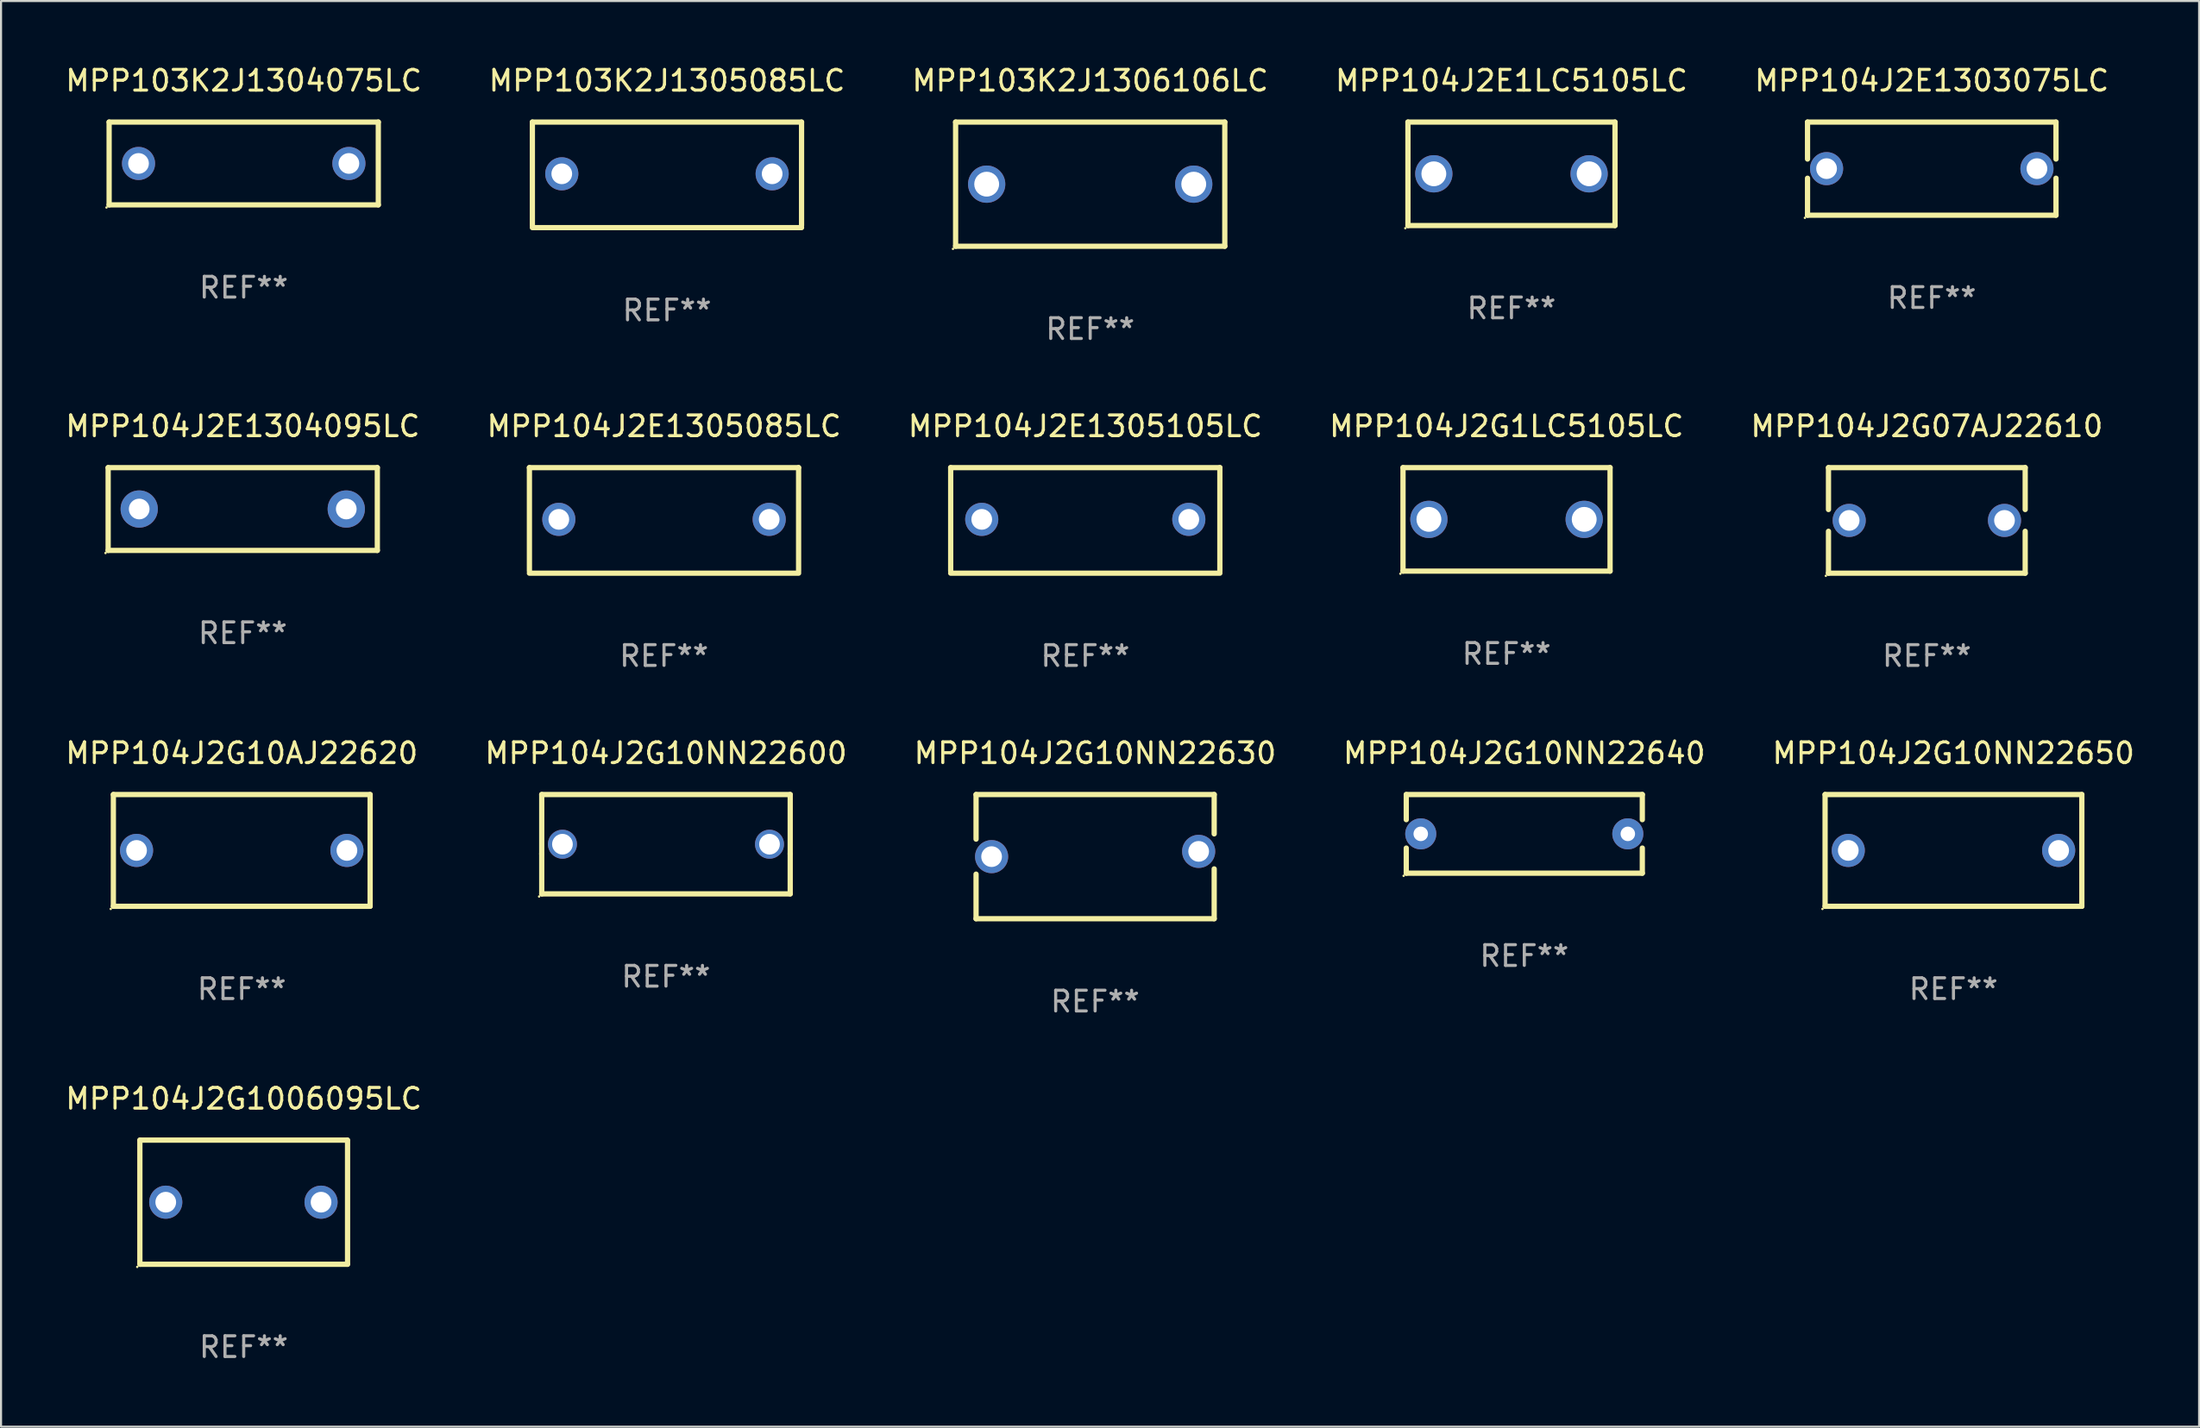
<source format=kicad_pcb>
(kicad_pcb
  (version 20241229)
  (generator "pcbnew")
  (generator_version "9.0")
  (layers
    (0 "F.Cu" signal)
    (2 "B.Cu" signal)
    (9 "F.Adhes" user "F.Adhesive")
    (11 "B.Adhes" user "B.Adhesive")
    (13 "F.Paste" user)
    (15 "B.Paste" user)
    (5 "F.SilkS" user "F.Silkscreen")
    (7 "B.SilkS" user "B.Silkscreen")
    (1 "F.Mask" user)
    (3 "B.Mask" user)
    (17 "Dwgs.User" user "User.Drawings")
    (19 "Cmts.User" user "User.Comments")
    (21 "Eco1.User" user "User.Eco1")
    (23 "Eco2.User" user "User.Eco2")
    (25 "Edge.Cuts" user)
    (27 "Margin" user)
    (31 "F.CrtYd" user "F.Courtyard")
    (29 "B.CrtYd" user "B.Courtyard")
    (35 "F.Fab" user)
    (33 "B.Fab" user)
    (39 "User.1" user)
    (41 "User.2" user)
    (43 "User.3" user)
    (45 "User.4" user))
  (footprint "MPP104J2G10AJ22620"
    (layer "F.Cu")
    (at 8.625 38.041)
    (property "Reference" "MPP104J2G10AJ22620" (at 0 -4.7 0) (layer "F.SilkS") (effects (font (size 1 1) (thickness 0.15))))
    (attr through_hole)
    (fp_line (start -6.2 -2.7) (end 6.2 -2.7) (stroke (width 0.254) (type solid)) (layer "F.SilkS"))
    (fp_line (start -6.2 2.7) (end -6.2 -2.7) (stroke (width 0.254) (type solid)) (layer "F.SilkS"))
    (fp_line (start 6.2 -2.7) (end 6.2 2.7) (stroke (width 0.254) (type solid)) (layer "F.SilkS"))
    (fp_line (start 6.2 2.7) (end -6.2 2.7) (stroke (width 0.254) (type solid)) (layer "F.SilkS"))
    (fp_circle (center -6.327 2.827) (end -6.297 2.827) (stroke (width 0.06) (type solid)) (fill no) (layer "F.SilkS"))
    (fp_text user "REF**" (at 0 6.7 0) (layer "F.Fab") (effects (font (size 1 1) (thickness 0.15))))
    (pad "1" thru_hole circle (at -5.08 0) (size 1.6 1.6) (drill 1) (layers "*.Cu" "*.Mask"))
    (pad "2" thru_hole circle (at 5.08 0) (size 1.6 1.6) (drill 1) (layers "*.Cu" "*.Mask")))
  (footprint "MPP103K2J1306106LC"
    (layer "F.Cu")
    (at 49.601 5.848)
    (property "Reference" "MPP103K2J1306106LC" (at 0 -5 0) (layer "F.SilkS") (effects (font (size 1 1) (thickness 0.15))))
    (attr through_hole)
    (fp_line (start -6.5 -3) (end 6.5 -3) (stroke (width 0.254) (type solid)) (layer "F.SilkS"))
    (fp_line (start -6.5 3) (end -6.5 -3) (stroke (width 0.254) (type solid)) (layer "F.SilkS"))
    (fp_line (start -6.5 3) (end 6.5 3) (stroke (width 0.254) (type solid)) (layer "F.SilkS"))
    (fp_line (start 6.5 -3) (end 6.5 3) (stroke (width 0.254) (type solid)) (layer "F.SilkS"))
    (fp_circle (center -6.627 3.127) (end -6.597 3.127) (stroke (width 0.06) (type solid)) (fill no) (layer "F.SilkS"))
    (fp_text user "REF**" (at 0 7 0) (layer "F.Fab") (effects (font (size 1 1) (thickness 0.15))))
    (pad "1" thru_hole circle (at -5 0) (size 1.8 1.8) (drill 1.2) (layers "*.Cu" "*.Mask"))
    (pad "2" thru_hole circle (at 5 0) (size 1.8 1.8) (drill 1.2) (layers "*.Cu" "*.Mask")))
  (footprint "MPP103K2J1305085LC"
    (layer "F.Cu")
    (at 29.161 5.398)
    (property "Reference" "MPP103K2J1305085LC" (at 0 -4.55 0) (layer "F.SilkS") (effects (font (size 1 1) (thickness 0.15))))
    (attr through_hole)
    (fp_line (start -6.5 -2.55) (end 6.5 -2.55) (stroke (width 0.254) (type solid)) (layer "F.SilkS"))
    (fp_line (start -6.5 2.45) (end -6.5 -2.55) (stroke (width 0.254) (type solid)) (layer "F.SilkS"))
    (fp_line (start 6.5 -2.55) (end 6.5 2.45) (stroke (width 0.254) (type solid)) (layer "F.SilkS"))
    (fp_line (start 6.5 2.55) (end -6.5 2.55) (stroke (width 0.254) (type solid)) (layer "F.SilkS"))
    (fp_circle (center -6.5 2.45) (end -6.47 2.45) (stroke (width 0.06) (type solid)) (fill no) (layer "F.SilkS"))
    (fp_text user "REF**" (at 0 6.55 0) (layer "F.Fab") (effects (font (size 1 1) (thickness 0.15))))
    (pad "1" thru_hole circle (at -5.08 -0.05) (size 1.6 1.6) (drill 1) (layers "*.Cu" "*.Mask"))
    (pad "2" thru_hole circle (at 5.08 -0.05) (size 1.6 1.6) (drill 1) (layers "*.Cu" "*.Mask")))
  (footprint "MPP104J2E1305085LC"
    (layer "F.Cu")
    (at 29.018 22.095)
    (property "Reference" "MPP104J2E1305085LC" (at 0 -4.55 0) (layer "F.SilkS") (effects (font (size 1 1) (thickness 0.15))))
    (attr through_hole)
    (fp_line (start -6.5 -2.55) (end 6.5 -2.55) (stroke (width 0.254) (type solid)) (layer "F.SilkS"))
    (fp_line (start -6.5 2.45) (end -6.5 -2.55) (stroke (width 0.254) (type solid)) (layer "F.SilkS"))
    (fp_line (start 6.5 -2.55) (end 6.5 2.45) (stroke (width 0.254) (type solid)) (layer "F.SilkS"))
    (fp_line (start 6.5 2.55) (end -6.5 2.55) (stroke (width 0.254) (type solid)) (layer "F.SilkS"))
    (fp_circle (center -6.5 2.45) (end -6.47 2.45) (stroke (width 0.06) (type solid)) (fill no) (layer "F.SilkS"))
    (fp_text user "REF**" (at 0 6.55 0) (layer "F.Fab") (effects (font (size 1 1) (thickness 0.15))))
    (pad "1" thru_hole circle (at -5.08 -0.05) (size 1.6 1.6) (drill 1) (layers "*.Cu" "*.Mask"))
    (pad "2" thru_hole circle (at 5.08 -0.05) (size 1.6 1.6) (drill 1) (layers "*.Cu" "*.Mask")))
  (footprint "MPP104J2G10NN22600"
    (layer "F.Cu")
    (at 29.113 37.741)
    (property "Reference" "MPP104J2G10NN22600" (at 0 -4.4 0) (layer "F.SilkS") (effects (font (size 1 1) (thickness 0.15))))
    (attr through_hole)
    (fp_line (start -6 -2.4) (end 6 -2.4) (stroke (width 0.254) (type solid)) (layer "F.SilkS"))
    (fp_line (start -6 0.463) (end -6 -2.4) (stroke (width 0.254) (type solid)) (layer "F.SilkS"))
    (fp_line (start -6 2.4) (end -6 0.463) (stroke (width 0.254) (type solid)) (layer "F.SilkS"))
    (fp_line (start 6 -2.4) (end 6 0.463) (stroke (width 0.254) (type solid)) (layer "F.SilkS"))
    (fp_line (start 6 0.463) (end 6 2.4) (stroke (width 0.254) (type solid)) (layer "F.SilkS"))
    (fp_line (start 6 2.4) (end -6 2.4) (stroke (width 0.254) (type solid)) (layer "F.SilkS"))
    (fp_circle (center -6.127 2.527) (end -6.097 2.527) (stroke (width 0.06) (type solid)) (fill no) (layer "F.SilkS"))
    (fp_text user "REF**" (at 0 6.4 0) (layer "F.Fab") (effects (font (size 1 1) (thickness 0.15))))
    (pad "1" thru_hole circle (at -5 0) (size 1.4 1.4) (drill 1) (layers "*.Cu" "*.Mask"))
    (pad "2" thru_hole circle (at 5 0) (size 1.4 1.4) (drill 1) (layers "*.Cu" "*.Mask")))
  (footprint "MPP104J2G10NN22630"
    (layer "F.Cu")
    (at 49.839 38.341)
    (property "Reference" "MPP104J2G10NN22630" (at 0 -5 0) (layer "F.SilkS") (effects (font (size 1 1) (thickness 0.15))))
    (attr through_hole)
    (fp_line (start -5.75 -3) (end -5.75 -0.846) (stroke (width 0.254) (type solid)) (layer "F.SilkS"))
    (fp_line (start -5.75 -3) (end 5.75 -3) (stroke (width 0.254) (type solid)) (layer "F.SilkS"))
    (fp_line (start -5.75 0.846) (end -5.75 3) (stroke (width 0.254) (type solid)) (layer "F.SilkS"))
    (fp_line (start -5.75 3) (end 5.75 3) (stroke (width 0.254) (type solid)) (layer "F.SilkS"))
    (fp_line (start 5.75 -3) (end 5.75 -1.1) (stroke (width 0.254) (type solid)) (layer "F.SilkS"))
    (fp_line (start 5.75 0.592) (end 5.75 3) (stroke (width 0.254) (type solid)) (layer "F.SilkS"))
    (fp_circle (center -5.75 2.873) (end -5.72 2.873) (stroke (width 0.06) (type solid)) (fill no) (layer "F.SilkS"))
    (fp_text user "REF**" (at 0 7 0) (layer "F.Fab") (effects (font (size 1 1) (thickness 0.15))))
    (pad "1" thru_hole circle (at -5 0) (size 1.6 1.6) (drill 1) (layers "*.Cu" "*.Mask"))
    (pad "2" thru_hole circle (at 5 -0.254) (size 1.6 1.6) (drill 1) (layers "*.Cu" "*.Mask")))
  (footprint "MPP104J2E1305105LC"
    (layer "F.Cu")
    (at 49.363 22.095)
    (property "Reference" "MPP104J2E1305105LC" (at 0 -4.55 0) (layer "F.SilkS") (effects (font (size 1 1) (thickness 0.15))))
    (attr through_hole)
    (fp_line (start -6.5 -2.55) (end 6.5 -2.55) (stroke (width 0.254) (type solid)) (layer "F.SilkS"))
    (fp_line (start -6.5 2.45) (end -6.5 -2.55) (stroke (width 0.254) (type solid)) (layer "F.SilkS"))
    (fp_line (start 6.5 -2.55) (end 6.5 2.45) (stroke (width 0.254) (type solid)) (layer "F.SilkS"))
    (fp_line (start 6.5 2.55) (end -6.5 2.55) (stroke (width 0.254) (type solid)) (layer "F.SilkS"))
    (fp_circle (center -6.5 2.45) (end -6.47 2.45) (stroke (width 0.06) (type solid)) (fill no) (layer "F.SilkS"))
    (fp_text user "REF**" (at 0 6.55 0) (layer "F.Fab") (effects (font (size 1 1) (thickness 0.15))))
    (pad "1" thru_hole circle (at -5 -0.05) (size 1.6 1.6) (drill 1) (layers "*.Cu" "*.Mask"))
    (pad "2" thru_hole circle (at 5 -0.05) (size 1.6 1.6) (drill 1) (layers "*.Cu" "*.Mask")))
  (footprint "MPP104J2G10NN22650"
    (layer "F.Cu")
    (at 91.292 38.041)
    (property "Reference" "MPP104J2G10NN22650" (at 0 -4.7 0) (layer "F.SilkS") (effects (font (size 1 1) (thickness 0.15))))
    (attr through_hole)
    (fp_line (start -6.2 -2.7) (end 6.2 -2.7) (stroke (width 0.254) (type solid)) (layer "F.SilkS"))
    (fp_line (start -6.2 2.7) (end -6.2 -2.7) (stroke (width 0.254) (type solid)) (layer "F.SilkS"))
    (fp_line (start 6.2 -2.7) (end 6.2 2.7) (stroke (width 0.254) (type solid)) (layer "F.SilkS"))
    (fp_line (start 6.2 2.7) (end -6.2 2.7) (stroke (width 0.254) (type solid)) (layer "F.SilkS"))
    (fp_circle (center -6.327 2.827) (end -6.297 2.827) (stroke (width 0.06) (type solid)) (fill no) (layer "F.SilkS"))
    (fp_text user "REF**" (at 0 6.7 0) (layer "F.Fab") (effects (font (size 1 1) (thickness 0.15))))
    (pad "1" thru_hole circle (at -5.08 0) (size 1.6 1.6) (drill 1) (layers "*.Cu" "*.Mask"))
    (pad "2" thru_hole circle (at 5.08 0) (size 1.6 1.6) (drill 1) (layers "*.Cu" "*.Mask")))
  (footprint "MPP104J2E1303075LC"
    (layer "F.Cu")
    (at 90.244 5.098)
    (property "Reference" "MPP104J2E1303075LC" (at 0 -4.25 0) (layer "F.SilkS") (effects (font (size 1 1) (thickness 0.15))))
    (attr through_hole)
    (fp_line (start -6 -2.25) (end -6 -0.463) (stroke (width 0.254) (type solid)) (layer "F.SilkS"))
    (fp_line (start -6 -2.25) (end 6 -2.25) (stroke (width 0.254) (type solid)) (layer "F.SilkS"))
    (fp_line (start -6 0.463) (end -6 2.25) (stroke (width 0.254) (type solid)) (layer "F.SilkS"))
    (fp_line (start 6 -2.25) (end 6 -0.463) (stroke (width 0.254) (type solid)) (layer "F.SilkS"))
    (fp_line (start 6 0.463) (end 6 2.25) (stroke (width 0.254) (type solid)) (layer "F.SilkS"))
    (fp_line (start 6 2.25) (end -6 2.25) (stroke (width 0.254) (type solid)) (layer "F.SilkS"))
    (fp_circle (center -6.127 2.377) (end -6.097 2.377) (stroke (width 0.06) (type solid)) (fill no) (layer "F.SilkS"))
    (fp_text user "REF**" (at 0 6.25 0) (layer "F.Fab") (effects (font (size 1 1) (thickness 0.15))))
    (pad "1" thru_hole circle (at -5.08 0) (size 1.6 1.6) (drill 1) (layers "*.Cu" "*.Mask"))
    (pad "2" thru_hole circle (at 5.08 0) (size 1.6 1.6) (drill 1) (layers "*.Cu" "*.Mask")))
  (footprint "MPP104J2E1304095LC"
    (layer "F.Cu")
    (at 8.673 21.545)
    (property "Reference" "MPP104J2E1304095LC" (at 0 -4 0) (layer "F.SilkS") (effects (font (size 1 1) (thickness 0.15))))
    (attr through_hole)
    (fp_line (start -6.5 -2) (end 6.5 -2) (stroke (width 0.254) (type solid)) (layer "F.SilkS"))
    (fp_line (start -6.5 2) (end -6.5 -2) (stroke (width 0.254) (type solid)) (layer "F.SilkS"))
    (fp_line (start 6.5 -2) (end 6.5 2) (stroke (width 0.254) (type solid)) (layer "F.SilkS"))
    (fp_line (start 6.5 2) (end -6.5 2) (stroke (width 0.254) (type solid)) (layer "F.SilkS"))
    (fp_circle (center -6.627 2.127) (end -6.597 2.127) (stroke (width 0.06) (type solid)) (fill no) (layer "F.SilkS"))
    (fp_text user "REF**" (at 0 6 0) (layer "F.Fab") (effects (font (size 1 1) (thickness 0.15))))
    (pad "1" thru_hole circle (at -5 0) (size 1.8 1.8) (drill 1) (layers "*.Cu" "*.Mask"))
    (pad "2" thru_hole circle (at 5 0) (size 1.8 1.8) (drill 1) (layers "*.Cu" "*.Mask")))
  (footprint "MPP104J2G10NN22640"
    (layer "F.Cu")
    (at 70.565 37.241)
    (property "Reference" "MPP104J2G10NN22640" (at 0 -3.9 0) (layer "F.SilkS") (effects (font (size 1 1) (thickness 0.15))))
    (attr through_hole)
    (fp_line (start -5.7 -1.9) (end -5.7 -0.686) (stroke (width 0.254) (type solid)) (layer "F.SilkS"))
    (fp_line (start -5.7 -1.9) (end 5.7 -1.9) (stroke (width 0.254) (type solid)) (layer "F.SilkS"))
    (fp_line (start -5.7 0.686) (end -5.7 1.9) (stroke (width 0.254) (type solid)) (layer "F.SilkS"))
    (fp_line (start -5.7 1.9) (end 5.7 1.9) (stroke (width 0.254) (type solid)) (layer "F.SilkS"))
    (fp_line (start 5.7 -1.9) (end 5.7 -0.686) (stroke (width 0.254) (type solid)) (layer "F.SilkS"))
    (fp_line (start 5.7 0.686) (end 5.7 1.9) (stroke (width 0.254) (type solid)) (layer "F.SilkS"))
    (fp_circle (center -5.827 2.027) (end -5.797 2.027) (stroke (width 0.06) (type solid)) (fill no) (layer "F.SilkS"))
    (fp_text user "REF**" (at 0 5.9 0) (layer "F.Fab") (effects (font (size 1 1) (thickness 0.15))))
    (pad "1" thru_hole circle (at -5 0) (size 1.5 1.5) (drill 0.7) (layers "*.Cu" "*.Mask"))
    (pad "2" thru_hole circle (at 5 0) (size 1.5 1.5) (drill 0.7) (layers "*.Cu" "*.Mask")))
  (footprint "MPP104J2G1006095LC"
    (layer "F.Cu")
    (at 8.72 55.038)
    (property "Reference" "MPP104J2G1006095LC" (at 0 -5 0) (layer "F.SilkS") (effects (font (size 1 1) (thickness 0.15))))
    (attr through_hole)
    (fp_line (start -5.015 3) (end -5.015 -3) (stroke (width 0.254) (type solid)) (layer "F.SilkS"))
    (fp_line (start -5.005 -3) (end 4.995 -3) (stroke (width 0.254) (type solid)) (layer "F.SilkS"))
    (fp_line (start 5.005 3) (end -4.995 3) (stroke (width 0.254) (type solid)) (layer "F.SilkS"))
    (fp_line (start 5.015 -3) (end 5.015 3) (stroke (width 0.254) (type solid)) (layer "F.SilkS"))
    (fp_circle (center -5.142 3.127) (end -5.112 3.127) (stroke (width 0.06) (type solid)) (fill no) (layer "F.SilkS"))
    (fp_text user "REF**" (at 0 7 0) (layer "F.Fab") (effects (font (size 1 1) (thickness 0.15))))
    (pad "1" thru_hole circle (at -3.765 0) (size 1.6 1.6) (drill 1) (layers "*.Cu" "*.Mask"))
    (pad "2" thru_hole circle (at 3.735 0) (size 1.6 1.6) (drill 1) (layers "*.Cu" "*.Mask")))
  (footprint "MPP104J2G1LC5105LC"
    (layer "F.Cu")
    (at 69.708 22.045)
    (property "Reference" "MPP104J2G1LC5105LC" (at 0 -4.5 0) (layer "F.SilkS") (effects (font (size 1 1) (thickness 0.15))))
    (attr through_hole)
    (fp_line (start -5 -2.5) (end 5 -2.5) (stroke (width 0.254) (type solid)) (layer "F.SilkS"))
    (fp_line (start -5 2.5) (end -5 -2.5) (stroke (width 0.254) (type solid)) (layer "F.SilkS"))
    (fp_line (start 5 -2.5) (end 5 2.5) (stroke (width 0.254) (type solid)) (layer "F.SilkS"))
    (fp_line (start 5 2.5) (end -5 2.5) (stroke (width 0.254) (type solid)) (layer "F.SilkS"))
    (fp_circle (center -5.127 2.627) (end -5.097 2.627) (stroke (width 0.06) (type solid)) (fill no) (layer "F.SilkS"))
    (fp_text user "REF**" (at 0 6.5 0) (layer "F.Fab") (effects (font (size 1 1) (thickness 0.15))))
    (pad "1" thru_hole circle (at -3.75 0) (size 1.8 1.8) (drill 1.2) (layers "*.Cu" "*.Mask"))
    (pad "2" thru_hole circle (at 3.75 0) (size 1.8 1.8) (drill 1.2) (layers "*.Cu" "*.Mask")))
  (footprint "MPP104J2G07AJ22610"
    (layer "F.Cu")
    (at 90.006 22.095)
    (property "Reference" "MPP104J2G07AJ22610" (at 0 -4.55 0) (layer "F.SilkS") (effects (font (size 1 1) (thickness 0.15))))
    (attr through_hole)
    (fp_line (start -4.75 -2.55) (end -4.75 -0.526) (stroke (width 0.254) (type solid)) (layer "F.SilkS"))
    (fp_line (start -4.75 -2.55) (end 4.75 -2.55) (stroke (width 0.254) (type solid)) (layer "F.SilkS"))
    (fp_line (start -4.75 0.526) (end -4.75 2.55) (stroke (width 0.254) (type solid)) (layer "F.SilkS"))
    (fp_line (start 4.75 2.55) (end -4.75 2.55) (stroke (width 0.254) (type solid)) (layer "F.SilkS"))
    (fp_line (start 4.75 -2.55) (end 4.75 -0.526) (stroke (width 0.254) (type solid)) (layer "F.SilkS"))
    (fp_line (start 4.75 0.526) (end 4.75 2.55) (stroke (width 0.254) (type solid)) (layer "F.SilkS"))
    (fp_circle (center -4.877 2.677) (end -4.847 2.677) (stroke (width 0.06) (type solid)) (fill no) (layer "F.SilkS"))
    (fp_text user "REF**" (at 0 6.55 0) (layer "F.Fab") (effects (font (size 1 1) (thickness 0.15))))
    (pad "1" thru_hole circle (at -3.75 0) (size 1.6 1.6) (drill 1) (layers "*.Cu" "*.Mask"))
    (pad "2" thru_hole circle (at 3.75 0) (size 1.6 1.6) (drill 1) (layers "*.Cu" "*.Mask")))
  (footprint "MPP103K2J1304075LC"
    (layer "F.Cu")
    (at 8.72 4.848)
    (property "Reference" "MPP103K2J1304075LC" (at 0 -4 0) (layer "F.SilkS") (effects (font (size 1 1) (thickness 0.15))))
    (attr through_hole)
    (fp_line (start -6.5 -2) (end 6.5 -2) (stroke (width 0.254) (type solid)) (layer "F.SilkS"))
    (fp_line (start -6.5 2) (end -6.5 -2) (stroke (width 0.254) (type solid)) (layer "F.SilkS"))
    (fp_line (start 6.5 -2) (end 6.5 2) (stroke (width 0.254) (type solid)) (layer "F.SilkS"))
    (fp_line (start 6.5 2) (end -6.5 2) (stroke (width 0.254) (type solid)) (layer "F.SilkS"))
    (fp_circle (center -6.627 2.127) (end -6.597 2.127) (stroke (width 0.06) (type solid)) (fill no) (layer "F.SilkS"))
    (fp_text user "REF**" (at 0 6 0) (layer "F.Fab") (effects (font (size 1 1) (thickness 0.15))))
    (pad "1" thru_hole circle (at -5.08 0) (size 1.6 1.6) (drill 1) (layers "*.Cu" "*.Mask"))
    (pad "2" thru_hole circle (at 5.08 0) (size 1.6 1.6) (drill 1) (layers "*.Cu" "*.Mask")))
  (footprint "MPP104J2E1LC5105LC"
    (layer "F.Cu")
    (at 69.946 5.348)
    (property "Reference" "MPP104J2E1LC5105LC" (at 0 -4.5 0) (layer "F.SilkS") (effects (font (size 1 1) (thickness 0.15))))
    (attr through_hole)
    (fp_line (start -5 -2.5) (end 5 -2.5) (stroke (width 0.254) (type solid)) (layer "F.SilkS"))
    (fp_line (start -5 2.5) (end -5 -2.5) (stroke (width 0.254) (type solid)) (layer "F.SilkS"))
    (fp_line (start 5 -2.5) (end 5 2.5) (stroke (width 0.254) (type solid)) (layer "F.SilkS"))
    (fp_line (start 5 2.5) (end -5 2.5) (stroke (width 0.254) (type solid)) (layer "F.SilkS"))
    (fp_circle (center -5.127 2.627) (end -5.097 2.627) (stroke (width 0.06) (type solid)) (fill no) (layer "F.SilkS"))
    (fp_text user "REF**" (at 0 6.5 0) (layer "F.Fab") (effects (font (size 1 1) (thickness 0.15))))
    (pad "1" thru_hole circle (at -3.75 0) (size 1.8 1.8) (drill 1.2) (layers "*.Cu" "*.Mask"))
    (pad "2" thru_hole circle (at 3.75 0) (size 1.8 1.8) (drill 1.2) (layers "*.Cu" "*.Mask")))
  (gr_rect
    (start -3 -3)
    (end 103.155 65.886)
    (stroke (width 0.1) (type default))
    (fill no)
    (layer "Edge.Cuts")))
</source>
